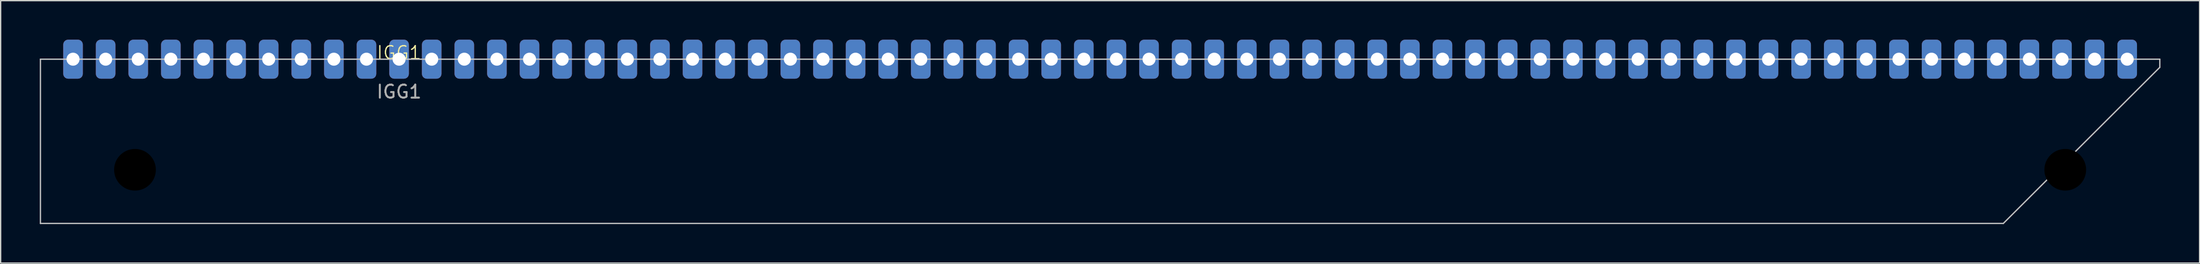
<source format=kicad_pcb>
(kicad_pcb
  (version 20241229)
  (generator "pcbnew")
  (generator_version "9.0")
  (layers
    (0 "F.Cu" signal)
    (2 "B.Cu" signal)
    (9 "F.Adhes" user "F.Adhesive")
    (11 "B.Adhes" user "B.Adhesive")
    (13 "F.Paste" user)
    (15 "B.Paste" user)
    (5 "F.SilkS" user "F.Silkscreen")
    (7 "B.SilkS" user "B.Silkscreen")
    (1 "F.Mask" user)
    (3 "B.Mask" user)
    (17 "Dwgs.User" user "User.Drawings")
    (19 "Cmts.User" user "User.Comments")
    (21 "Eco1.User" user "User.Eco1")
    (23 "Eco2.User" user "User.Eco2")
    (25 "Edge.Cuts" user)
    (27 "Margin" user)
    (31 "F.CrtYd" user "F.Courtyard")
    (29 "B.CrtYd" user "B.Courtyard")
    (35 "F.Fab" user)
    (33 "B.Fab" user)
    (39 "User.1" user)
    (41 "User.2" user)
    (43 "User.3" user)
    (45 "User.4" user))
  (footprint "IGG1"
    (layer "F.Cu")
    (at 2.55 1.5)
    (property "Reference" "IGG1" (at 25 -0.5 0) (unlocked yes) (layer "F.SilkS") (effects (font (size 1 1) (thickness 0.1))))
    (attr smd)
    (fp_line (start -2.5 0) (end 160 0) (stroke (width 0.1) (type default)) (layer "Dwgs.User"))
    (fp_line (start -2.5 12.625) (end -2.5 0) (stroke (width 0.1) (type default)) (layer "Dwgs.User"))
    (fp_line (start 148 12.625) (end -2.5 12.625) (stroke (width 0.1) (type default)) (layer "Dwgs.User"))
    (fp_line (start 160 0.625) (end 148 12.625) (stroke (width 0.1) (type default)) (layer "Dwgs.User"))
    (fp_line (start 160 0.625) (end 160 0) (stroke (width 0.1) (type default)) (layer "Dwgs.User"))
    (fp_text user "${REFERENCE}" (at 25 2.5 0) (unlocked yes) (layer "F.Fab") (effects (font (size 1 1) (thickness 0.15))))
    (pad "" np_thru_hole circle (at 4.75 8.5 90) (size 7 7) (drill 3.2) (layers "*.Mask"))
    (pad "" np_thru_hole circle (at 152.75 8.5 90) (size 7 7) (drill 3.2) (layers "*.Mask"))
    (pad "1" thru_hole roundrect (at 0 0 90) (size 3 1.5) (drill 1) (layers "*.Cu" "*.Mask") (roundrect_rratio 0.25))
    (pad "2" thru_hole roundrect (at 2.5 0 90) (size 3 1.5) (drill 1) (layers "*.Cu" "*.Mask") (roundrect_rratio 0.25))
    (pad "3" thru_hole roundrect (at 5 0 90) (size 3 1.5) (drill 1) (layers "*.Cu" "*.Mask") (roundrect_rratio 0.25))
    (pad "4" thru_hole roundrect (at 7.5 0 90) (size 3 1.5) (drill 1) (layers "*.Cu" "*.Mask") (roundrect_rratio 0.25))
    (pad "5" thru_hole roundrect (at 10 0 90) (size 3 1.5) (drill 1) (layers "*.Cu" "*.Mask") (roundrect_rratio 0.25))
    (pad "6" thru_hole roundrect (at 12.5 0 90) (size 3 1.5) (drill 1) (layers "*.Cu" "*.Mask") (roundrect_rratio 0.25))
    (pad "7" thru_hole roundrect (at 15 0 90) (size 3 1.5) (drill 1) (layers "*.Cu" "*.Mask") (roundrect_rratio 0.25))
    (pad "8" thru_hole roundrect (at 17.5 0 90) (size 3 1.5) (drill 1) (layers "*.Cu" "*.Mask") (roundrect_rratio 0.25))
    (pad "9" thru_hole roundrect (at 20 0 90) (size 3 1.5) (drill 1) (layers "*.Cu" "*.Mask") (roundrect_rratio 0.25))
    (pad "10" thru_hole roundrect (at 22.5 0 90) (size 3 1.5) (drill 1) (layers "*.Cu" "*.Mask") (roundrect_rratio 0.25))
    (pad "11" thru_hole roundrect (at 25 0 90) (size 3 1.5) (drill 1) (layers "*.Cu" "*.Mask") (roundrect_rratio 0.25))
    (pad "12" thru_hole roundrect (at 27.5 0 90) (size 3 1.5) (drill 1) (layers "*.Cu" "*.Mask") (roundrect_rratio 0.25))
    (pad "13" thru_hole roundrect (at 30 0 90) (size 3 1.5) (drill 1) (layers "*.Cu" "*.Mask") (roundrect_rratio 0.25))
    (pad "14" thru_hole roundrect (at 32.5 0 90) (size 3 1.5) (drill 1) (layers "*.Cu" "*.Mask") (roundrect_rratio 0.25))
    (pad "15" thru_hole roundrect (at 35 0 90) (size 3 1.5) (drill 1) (layers "*.Cu" "*.Mask") (roundrect_rratio 0.25))
    (pad "16" thru_hole roundrect (at 37.5 0 90) (size 3 1.5) (drill 1) (layers "*.Cu" "*.Mask") (roundrect_rratio 0.25))
    (pad "17" thru_hole roundrect (at 40 0 90) (size 3 1.5) (drill 1) (layers "*.Cu" "*.Mask") (roundrect_rratio 0.25))
    (pad "18" thru_hole roundrect (at 42.5 0 90) (size 3 1.5) (drill 1) (layers "*.Cu" "*.Mask") (roundrect_rratio 0.25))
    (pad "19" thru_hole roundrect (at 45 0 90) (size 3 1.5) (drill 1) (layers "*.Cu" "*.Mask") (roundrect_rratio 0.25))
    (pad "20" thru_hole roundrect (at 47.5 0 90) (size 3 1.5) (drill 1) (layers "*.Cu" "*.Mask") (roundrect_rratio 0.25))
    (pad "21" thru_hole roundrect (at 50 0 90) (size 3 1.5) (drill 1) (layers "*.Cu" "*.Mask") (roundrect_rratio 0.25))
    (pad "22" thru_hole roundrect (at 52.5 0 90) (size 3 1.5) (drill 1) (layers "*.Cu" "*.Mask") (roundrect_rratio 0.25))
    (pad "23" thru_hole roundrect (at 55 0 90) (size 3 1.5) (drill 1) (layers "*.Cu" "*.Mask") (roundrect_rratio 0.25))
    (pad "24" thru_hole roundrect (at 57.5 0 90) (size 3 1.5) (drill 1) (layers "*.Cu" "*.Mask") (roundrect_rratio 0.25))
    (pad "25" thru_hole roundrect (at 60 0 90) (size 3 1.5) (drill 1) (layers "*.Cu" "*.Mask") (roundrect_rratio 0.25))
    (pad "26" thru_hole roundrect (at 62.5 0 90) (size 3 1.5) (drill 1) (layers "*.Cu" "*.Mask") (roundrect_rratio 0.25))
    (pad "27" thru_hole roundrect (at 65 0 90) (size 3 1.5) (drill 1) (layers "*.Cu" "*.Mask") (roundrect_rratio 0.25))
    (pad "28" thru_hole roundrect (at 67.5 0 90) (size 3 1.5) (drill 1) (layers "*.Cu" "*.Mask") (roundrect_rratio 0.25))
    (pad "29" thru_hole roundrect (at 70 0 90) (size 3 1.5) (drill 1) (layers "*.Cu" "*.Mask") (roundrect_rratio 0.25))
    (pad "30" thru_hole roundrect (at 72.5 0 90) (size 3 1.5) (drill 1) (layers "*.Cu" "*.Mask") (roundrect_rratio 0.25))
    (pad "31" thru_hole roundrect (at 75 0 90) (size 3 1.5) (drill 1) (layers "*.Cu" "*.Mask") (roundrect_rratio 0.25))
    (pad "32" thru_hole roundrect (at 77.5 0 90) (size 3 1.5) (drill 1) (layers "*.Cu" "*.Mask") (roundrect_rratio 0.25))
    (pad "33" thru_hole roundrect (at 80 0 90) (size 3 1.5) (drill 1) (layers "*.Cu" "*.Mask") (roundrect_rratio 0.25))
    (pad "34" thru_hole roundrect (at 82.5 0 90) (size 3 1.5) (drill 1) (layers "*.Cu" "*.Mask") (roundrect_rratio 0.25))
    (pad "35" thru_hole roundrect (at 85 0 90) (size 3 1.5) (drill 1) (layers "*.Cu" "*.Mask") (roundrect_rratio 0.25))
    (pad "36" thru_hole roundrect (at 87.5 0 90) (size 3 1.5) (drill 1) (layers "*.Cu" "*.Mask") (roundrect_rratio 0.25))
    (pad "37" thru_hole roundrect (at 90 0 90) (size 3 1.5) (drill 1) (layers "*.Cu" "*.Mask") (roundrect_rratio 0.25))
    (pad "38" thru_hole roundrect (at 92.5 0 90) (size 3 1.5) (drill 1) (layers "*.Cu" "*.Mask") (roundrect_rratio 0.25))
    (pad "39" thru_hole roundrect (at 95 0 90) (size 3 1.5) (drill 1) (layers "*.Cu" "*.Mask") (roundrect_rratio 0.25))
    (pad "40" thru_hole roundrect (at 97.5 0 90) (size 3 1.5) (drill 1) (layers "*.Cu" "*.Mask") (roundrect_rratio 0.25))
    (pad "41" thru_hole roundrect (at 100 0 90) (size 3 1.5) (drill 1) (layers "*.Cu" "*.Mask") (roundrect_rratio 0.25))
    (pad "42" thru_hole roundrect (at 102.5 0 90) (size 3 1.5) (drill 1) (layers "*.Cu" "*.Mask") (roundrect_rratio 0.25))
    (pad "43" thru_hole roundrect (at 105 0 90) (size 3 1.5) (drill 1) (layers "*.Cu" "*.Mask") (roundrect_rratio 0.25))
    (pad "44" thru_hole roundrect (at 107.5 0 90) (size 3 1.5) (drill 1) (layers "*.Cu" "*.Mask") (roundrect_rratio 0.25))
    (pad "45" thru_hole roundrect (at 110 0 90) (size 3 1.5) (drill 1) (layers "*.Cu" "*.Mask") (roundrect_rratio 0.25))
    (pad "46" thru_hole roundrect (at 112.5 0 90) (size 3 1.5) (drill 1) (layers "*.Cu" "*.Mask") (roundrect_rratio 0.25))
    (pad "47" thru_hole roundrect (at 115 0 90) (size 3 1.5) (drill 1) (layers "*.Cu" "*.Mask") (roundrect_rratio 0.25))
    (pad "48" thru_hole roundrect (at 117.5 0 90) (size 3 1.5) (drill 1) (layers "*.Cu" "*.Mask") (roundrect_rratio 0.25))
    (pad "49" thru_hole roundrect (at 120 0 90) (size 3 1.5) (drill 1) (layers "*.Cu" "*.Mask") (roundrect_rratio 0.25))
    (pad "50" thru_hole roundrect (at 122.5 0 90) (size 3 1.5) (drill 1) (layers "*.Cu" "*.Mask") (roundrect_rratio 0.25))
    (pad "51" thru_hole roundrect (at 125 0 90) (size 3 1.5) (drill 1) (layers "*.Cu" "*.Mask") (roundrect_rratio 0.25))
    (pad "52" thru_hole roundrect (at 127.5 0 90) (size 3 1.5) (drill 1) (layers "*.Cu" "*.Mask") (roundrect_rratio 0.25))
    (pad "53" thru_hole roundrect (at 130 0 90) (size 3 1.5) (drill 1) (layers "*.Cu" "*.Mask") (roundrect_rratio 0.25))
    (pad "54" thru_hole roundrect (at 132.5 0 90) (size 3 1.5) (drill 1) (layers "*.Cu" "*.Mask") (roundrect_rratio 0.25))
    (pad "55" thru_hole roundrect (at 135 0 90) (size 3 1.5) (drill 1) (layers "*.Cu" "*.Mask") (roundrect_rratio 0.25))
    (pad "56" thru_hole roundrect (at 137.5 0 90) (size 3 1.5) (drill 1) (layers "*.Cu" "*.Mask") (roundrect_rratio 0.25))
    (pad "57" thru_hole roundrect (at 140 0 90) (size 3 1.5) (drill 1) (layers "*.Cu" "*.Mask") (roundrect_rratio 0.25))
    (pad "58" thru_hole roundrect (at 142.5 0 90) (size 3 1.5) (drill 1) (layers "*.Cu" "*.Mask") (roundrect_rratio 0.25))
    (pad "59" thru_hole roundrect (at 145 0 90) (size 3 1.5) (drill 1) (layers "*.Cu" "*.Mask") (roundrect_rratio 0.25))
    (pad "60" thru_hole roundrect (at 147.5 0 90) (size 3 1.5) (drill 1) (layers "*.Cu" "*.Mask") (roundrect_rratio 0.25))
    (pad "61" thru_hole roundrect (at 150 0 90) (size 3 1.5) (drill 1) (layers "*.Cu" "*.Mask") (roundrect_rratio 0.25))
    (pad "62" thru_hole roundrect (at 152.5 0 90) (size 3 1.5) (drill 1) (layers "*.Cu" "*.Mask") (roundrect_rratio 0.25))
    (pad "63" thru_hole roundrect (at 155 0 90) (size 3 1.5) (drill 1) (layers "*.Cu" "*.Mask") (roundrect_rratio 0.25))
    (pad "64" thru_hole roundrect (at 157.5 0 90) (size 3 1.5) (drill 1) (layers "*.Cu" "*.Mask") (roundrect_rratio 0.25)))
  (gr_rect
    (start -3 -3)
    (end 165.6 17.175)
    (stroke (width 0.1) (type default))
    (fill no)
    (layer "Edge.Cuts")))
</source>
